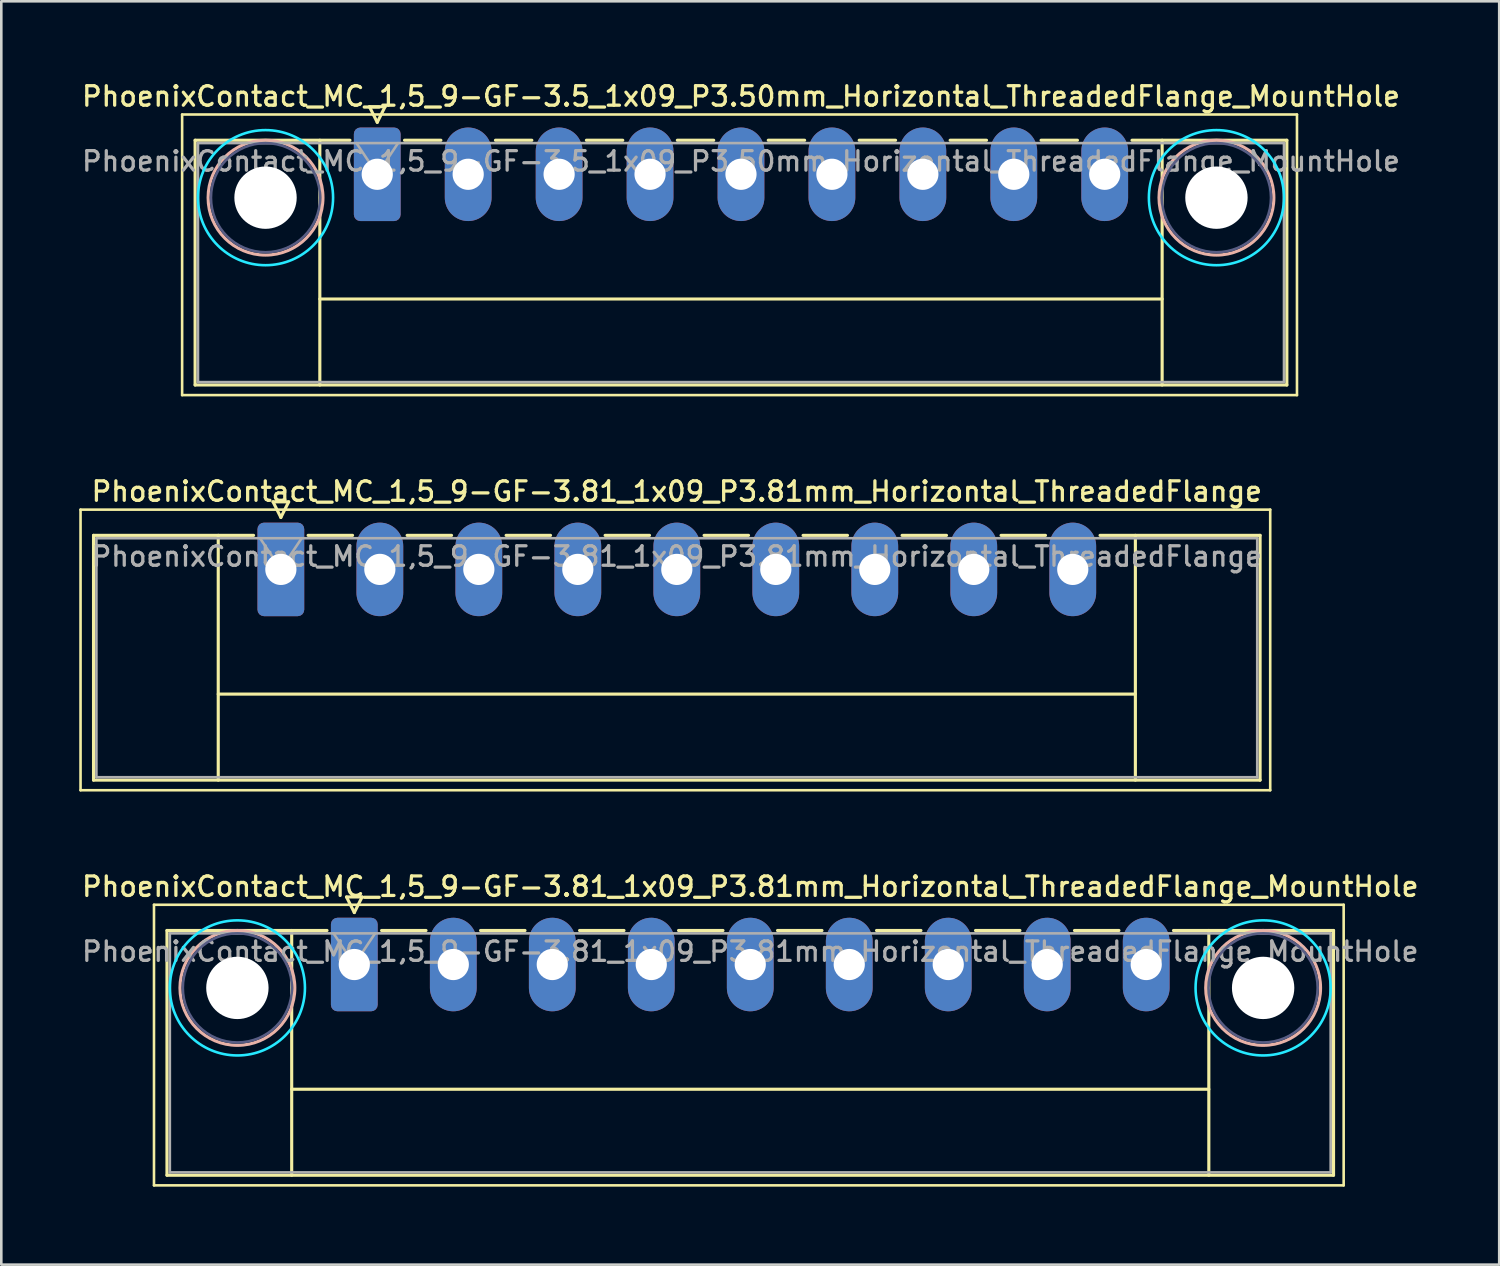
<source format=kicad_pcb>
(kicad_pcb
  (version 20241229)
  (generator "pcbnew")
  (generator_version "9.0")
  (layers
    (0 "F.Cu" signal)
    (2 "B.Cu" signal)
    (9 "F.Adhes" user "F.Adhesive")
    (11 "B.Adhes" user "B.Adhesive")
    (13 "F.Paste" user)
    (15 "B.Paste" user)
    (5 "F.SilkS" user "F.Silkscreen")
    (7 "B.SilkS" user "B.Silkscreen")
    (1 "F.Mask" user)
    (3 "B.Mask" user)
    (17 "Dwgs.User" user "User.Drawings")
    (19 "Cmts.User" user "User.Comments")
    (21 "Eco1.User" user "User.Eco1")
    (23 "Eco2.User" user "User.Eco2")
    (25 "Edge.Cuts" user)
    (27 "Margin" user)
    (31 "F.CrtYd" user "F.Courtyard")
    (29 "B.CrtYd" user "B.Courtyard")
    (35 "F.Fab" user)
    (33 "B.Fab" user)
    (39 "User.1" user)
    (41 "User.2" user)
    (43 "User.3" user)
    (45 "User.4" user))
  (footprint "PhoenixContact_MC_1,5_9-GF-3.5_1x09_P3.50mm_Horizontal_ThreadedFlange_MountHole"
    (layer "F.Cu")
    (at 11.47 3.658)
    (property "Reference" "PhoenixContact_MC_1,5_9-GF-3.5_1x09_P3.50mm_Horizontal_ThreadedFlange_MountHole" (at 14 -3 0) (layer "F.SilkS") (effects (font (size 0.75 0.75) (thickness 0.125))))
    (attr through_hole)
    (fp_line (start -7.51 -2.3) (end -7.51 8.5) (stroke (width 0.1) (type solid)) (layer "F.SilkS"))
    (fp_line (start -7.51 8.5) (end 35.4 8.5) (stroke (width 0.1) (type solid)) (layer "F.SilkS"))
    (fp_line (start -7.01 -1.31) (end -7.01 8.11) (stroke (width 0.12) (type solid)) (layer "F.SilkS"))
    (fp_line (start -7.01 -1.31) (end -1.05 -1.31) (stroke (width 0.12) (type solid)) (layer "F.SilkS"))
    (fp_line (start -7.01 8.11) (end 35.01 8.11) (stroke (width 0.12) (type solid)) (layer "F.SilkS"))
    (fp_line (start -2.21 -1.31) (end -2.21 8.11) (stroke (width 0.12) (type solid)) (layer "F.SilkS"))
    (fp_line (start -2.21 4.8) (end 30.21 4.8) (stroke (width 0.12) (type solid)) (layer "F.SilkS"))
    (fp_line (start -0.3 -2.6) (end 0.3 -2.6) (stroke (width 0.12) (type solid)) (layer "F.SilkS"))
    (fp_line (start 0 -2) (end -0.3 -2.6) (stroke (width 0.12) (type solid)) (layer "F.SilkS"))
    (fp_line (start 0.3 -2.6) (end 0 -2) (stroke (width 0.12) (type solid)) (layer "F.SilkS"))
    (fp_line (start 1.05 -1.31) (end 2.45 -1.31) (stroke (width 0.12) (type solid)) (layer "F.SilkS"))
    (fp_line (start 4.55 -1.31) (end 5.95 -1.31) (stroke (width 0.12) (type solid)) (layer "F.SilkS"))
    (fp_line (start 8.05 -1.31) (end 9.45 -1.31) (stroke (width 0.12) (type solid)) (layer "F.SilkS"))
    (fp_line (start 11.55 -1.31) (end 12.95 -1.31) (stroke (width 0.12) (type solid)) (layer "F.SilkS"))
    (fp_line (start 15.05 -1.31) (end 16.45 -1.31) (stroke (width 0.12) (type solid)) (layer "F.SilkS"))
    (fp_line (start 18.55 -1.31) (end 19.95 -1.31) (stroke (width 0.12) (type solid)) (layer "F.SilkS"))
    (fp_line (start 22.05 -1.31) (end 23.45 -1.31) (stroke (width 0.12) (type solid)) (layer "F.SilkS"))
    (fp_line (start 25.55 -1.31) (end 26.95 -1.31) (stroke (width 0.12) (type solid)) (layer "F.SilkS"))
    (fp_line (start 30.21 -1.31) (end 30.21 8.11) (stroke (width 0.12) (type solid)) (layer "F.SilkS"))
    (fp_line (start 35.01 -1.31) (end 29.05 -1.31) (stroke (width 0.12) (type solid)) (layer "F.SilkS"))
    (fp_line (start 35.01 8.11) (end 35.01 -1.31) (stroke (width 0.12) (type solid)) (layer "F.SilkS"))
    (fp_line (start 35.4 -2.3) (end -7.51 -2.3) (stroke (width 0.1) (type solid)) (layer "F.SilkS"))
    (fp_line (start 35.4 8.5) (end 35.4 -2.3) (stroke (width 0.1) (type solid)) (layer "F.SilkS"))
    (fp_circle (center -4.3 0.9) (end -2.09 0.9) (stroke (width 0.12) (type solid)) (fill no) (layer "B.SilkS"))
    (fp_circle (center 32.3 0.9) (end 34.51 0.9) (stroke (width 0.12) (type solid)) (fill no) (layer "B.SilkS"))
    (fp_circle (center -4.3 0.9) (end -1.7 0.9) (stroke (width 0.1) (type solid)) (fill no) (layer "B.CrtYd"))
    (fp_circle (center 32.3 0.9) (end 34.9 0.9) (stroke (width 0.1) (type solid)) (fill no) (layer "B.CrtYd"))
    (fp_circle (center -4.3 0.9) (end -2.2 0.9) (stroke (width 0.1) (type solid)) (fill no) (layer "B.Fab"))
    (fp_circle (center 32.3 0.9) (end 34.4 0.9) (stroke (width 0.1) (type solid)) (fill no) (layer "B.Fab"))
    (fp_line (start -6.9 -1.2) (end -6.9 8) (stroke (width 0.1) (type solid)) (layer "F.Fab"))
    (fp_line (start -6.9 8) (end 34.9 8) (stroke (width 0.1) (type solid)) (layer "F.Fab"))
    (fp_line (start 0 0) (end -0.8 -1.2) (stroke (width 0.1) (type solid)) (layer "F.Fab"))
    (fp_line (start 0.8 -1.2) (end 0 0) (stroke (width 0.1) (type solid)) (layer "F.Fab"))
    (fp_line (start 34.9 -1.2) (end -6.9 -1.2) (stroke (width 0.1) (type solid)) (layer "F.Fab"))
    (fp_line (start 34.9 8) (end 34.9 -1.2) (stroke (width 0.1) (type solid)) (layer "F.Fab"))
    (fp_text user "${REFERENCE}" (at 14 -0.5 0) (layer "F.Fab") (effects (font (size 0.75 0.75) (thickness 0.125))))
    (pad "" np_thru_hole circle (at -4.3 0.9) (size 2.4 2.4) (drill 2.4) (layers "*.Cu" "*.Mask"))
    (pad "" np_thru_hole circle (at 32.3 0.9) (size 2.4 2.4) (drill 2.4) (layers "*.Cu" "*.Mask"))
    (pad "1" thru_hole roundrect (at 0 0) (size 1.8 3.6) (drill 1.2) (layers "*.Cu" "*.Mask") (roundrect_rratio 0.139))
    (pad "2" thru_hole oval (at 3.5 0) (size 1.8 3.6) (drill 1.2) (layers "*.Cu" "*.Mask"))
    (pad "3" thru_hole oval (at 7 0) (size 1.8 3.6) (drill 1.2) (layers "*.Cu" "*.Mask"))
    (pad "4" thru_hole oval (at 10.5 0) (size 1.8 3.6) (drill 1.2) (layers "*.Cu" "*.Mask"))
    (pad "5" thru_hole oval (at 14 0) (size 1.8 3.6) (drill 1.2) (layers "*.Cu" "*.Mask"))
    (pad "6" thru_hole oval (at 17.5 0) (size 1.8 3.6) (drill 1.2) (layers "*.Cu" "*.Mask"))
    (pad "7" thru_hole oval (at 21 0) (size 1.8 3.6) (drill 1.2) (layers "*.Cu" "*.Mask"))
    (pad "8" thru_hole oval (at 24.5 0) (size 1.8 3.6) (drill 1.2) (layers "*.Cu" "*.Mask"))
    (pad "9" thru_hole oval (at 28 0) (size 1.8 3.6) (drill 1.2) (layers "*.Cu" "*.Mask")))
  (footprint "PhoenixContact_MC_1,5_9-GF-3.81_1x09_P3.81mm_Horizontal_ThreadedFlange"
    (layer "F.Cu")
    (at 7.76 18.866)
    (property "Reference" "PhoenixContact_MC_1,5_9-GF-3.81_1x09_P3.81mm_Horizontal_ThreadedFlange" (at 15.24 -3 0) (layer "F.SilkS") (effects (font (size 0.75 0.75) (thickness 0.125))))
    (attr through_hole)
    (fp_line (start -7.71 -2.3) (end -7.71 8.5) (stroke (width 0.1) (type solid)) (layer "F.SilkS"))
    (fp_line (start -7.71 8.5) (end 38.08 8.5) (stroke (width 0.1) (type solid)) (layer "F.SilkS"))
    (fp_line (start -7.21 -1.31) (end -7.21 8.11) (stroke (width 0.12) (type solid)) (layer "F.SilkS"))
    (fp_line (start -7.21 -1.31) (end -1.05 -1.31) (stroke (width 0.12) (type solid)) (layer "F.SilkS"))
    (fp_line (start -7.21 8.11) (end 37.69 8.11) (stroke (width 0.12) (type solid)) (layer "F.SilkS"))
    (fp_line (start -2.41 -1.31) (end -2.41 8.11) (stroke (width 0.12) (type solid)) (layer "F.SilkS"))
    (fp_line (start -2.41 4.8) (end 32.89 4.8) (stroke (width 0.12) (type solid)) (layer "F.SilkS"))
    (fp_line (start -0.3 -2.6) (end 0.3 -2.6) (stroke (width 0.12) (type solid)) (layer "F.SilkS"))
    (fp_line (start 0 -2) (end -0.3 -2.6) (stroke (width 0.12) (type solid)) (layer "F.SilkS"))
    (fp_line (start 0.3 -2.6) (end 0 -2) (stroke (width 0.12) (type solid)) (layer "F.SilkS"))
    (fp_line (start 1.05 -1.31) (end 2.76 -1.31) (stroke (width 0.12) (type solid)) (layer "F.SilkS"))
    (fp_line (start 4.86 -1.31) (end 6.57 -1.31) (stroke (width 0.12) (type solid)) (layer "F.SilkS"))
    (fp_line (start 8.67 -1.31) (end 10.38 -1.31) (stroke (width 0.12) (type solid)) (layer "F.SilkS"))
    (fp_line (start 12.48 -1.31) (end 14.19 -1.31) (stroke (width 0.12) (type solid)) (layer "F.SilkS"))
    (fp_line (start 16.29 -1.31) (end 18 -1.31) (stroke (width 0.12) (type solid)) (layer "F.SilkS"))
    (fp_line (start 20.1 -1.31) (end 21.81 -1.31) (stroke (width 0.12) (type solid)) (layer "F.SilkS"))
    (fp_line (start 23.91 -1.31) (end 25.62 -1.31) (stroke (width 0.12) (type solid)) (layer "F.SilkS"))
    (fp_line (start 27.72 -1.31) (end 29.43 -1.31) (stroke (width 0.12) (type solid)) (layer "F.SilkS"))
    (fp_line (start 32.89 -1.31) (end 32.89 8.11) (stroke (width 0.12) (type solid)) (layer "F.SilkS"))
    (fp_line (start 37.69 -1.31) (end 31.53 -1.31) (stroke (width 0.12) (type solid)) (layer "F.SilkS"))
    (fp_line (start 37.69 8.11) (end 37.69 -1.31) (stroke (width 0.12) (type solid)) (layer "F.SilkS"))
    (fp_line (start 38.08 -2.3) (end -7.71 -2.3) (stroke (width 0.1) (type solid)) (layer "F.SilkS"))
    (fp_line (start 38.08 8.5) (end 38.08 -2.3) (stroke (width 0.1) (type solid)) (layer "F.SilkS"))
    (fp_line (start -7.1 -1.2) (end -7.1 8) (stroke (width 0.1) (type solid)) (layer "F.Fab"))
    (fp_line (start -7.1 8) (end 37.58 8) (stroke (width 0.1) (type solid)) (layer "F.Fab"))
    (fp_line (start 0 0) (end -0.8 -1.2) (stroke (width 0.1) (type solid)) (layer "F.Fab"))
    (fp_line (start 0.8 -1.2) (end 0 0) (stroke (width 0.1) (type solid)) (layer "F.Fab"))
    (fp_line (start 37.58 -1.2) (end -7.1 -1.2) (stroke (width 0.1) (type solid)) (layer "F.Fab"))
    (fp_line (start 37.58 8) (end 37.58 -1.2) (stroke (width 0.1) (type solid)) (layer "F.Fab"))
    (fp_text user "${REFERENCE}" (at 15.24 -0.5 0) (layer "F.Fab") (effects (font (size 0.75 0.75) (thickness 0.125))))
    (pad "1" thru_hole roundrect (at 0 0) (size 1.8 3.6) (drill 1.2) (layers "*.Cu" "*.Mask") (roundrect_rratio 0.139))
    (pad "2" thru_hole oval (at 3.81 0) (size 1.8 3.6) (drill 1.2) (layers "*.Cu" "*.Mask"))
    (pad "3" thru_hole oval (at 7.62 0) (size 1.8 3.6) (drill 1.2) (layers "*.Cu" "*.Mask"))
    (pad "4" thru_hole oval (at 11.43 0) (size 1.8 3.6) (drill 1.2) (layers "*.Cu" "*.Mask"))
    (pad "5" thru_hole oval (at 15.24 0) (size 1.8 3.6) (drill 1.2) (layers "*.Cu" "*.Mask"))
    (pad "6" thru_hole oval (at 19.05 0) (size 1.8 3.6) (drill 1.2) (layers "*.Cu" "*.Mask"))
    (pad "7" thru_hole oval (at 22.86 0) (size 1.8 3.6) (drill 1.2) (layers "*.Cu" "*.Mask"))
    (pad "8" thru_hole oval (at 26.67 0) (size 1.8 3.6) (drill 1.2) (layers "*.Cu" "*.Mask"))
    (pad "9" thru_hole oval (at 30.48 0) (size 1.8 3.6) (drill 1.2) (layers "*.Cu" "*.Mask")))
  (footprint "PhoenixContact_MC_1,5_9-GF-3.81_1x09_P3.81mm_Horizontal_ThreadedFlange_MountHole"
    (layer "F.Cu")
    (at 10.587 34.074)
    (property "Reference" "PhoenixContact_MC_1,5_9-GF-3.81_1x09_P3.81mm_Horizontal_ThreadedFlange_MountHole" (at 15.24 -3 0) (layer "F.SilkS") (effects (font (size 0.75 0.75) (thickness 0.125))))
    (attr through_hole)
    (fp_line (start -7.71 -2.3) (end -7.71 8.5) (stroke (width 0.1) (type solid)) (layer "F.SilkS"))
    (fp_line (start -7.71 8.5) (end 38.08 8.5) (stroke (width 0.1) (type solid)) (layer "F.SilkS"))
    (fp_line (start -7.21 -1.31) (end -7.21 8.11) (stroke (width 0.12) (type solid)) (layer "F.SilkS"))
    (fp_line (start -7.21 -1.31) (end -1.05 -1.31) (stroke (width 0.12) (type solid)) (layer "F.SilkS"))
    (fp_line (start -7.21 8.11) (end 37.69 8.11) (stroke (width 0.12) (type solid)) (layer "F.SilkS"))
    (fp_line (start -2.41 -1.31) (end -2.41 8.11) (stroke (width 0.12) (type solid)) (layer "F.SilkS"))
    (fp_line (start -2.41 4.8) (end 32.89 4.8) (stroke (width 0.12) (type solid)) (layer "F.SilkS"))
    (fp_line (start -0.3 -2.6) (end 0.3 -2.6) (stroke (width 0.12) (type solid)) (layer "F.SilkS"))
    (fp_line (start 0 -2) (end -0.3 -2.6) (stroke (width 0.12) (type solid)) (layer "F.SilkS"))
    (fp_line (start 0.3 -2.6) (end 0 -2) (stroke (width 0.12) (type solid)) (layer "F.SilkS"))
    (fp_line (start 1.05 -1.31) (end 2.76 -1.31) (stroke (width 0.12) (type solid)) (layer "F.SilkS"))
    (fp_line (start 4.86 -1.31) (end 6.57 -1.31) (stroke (width 0.12) (type solid)) (layer "F.SilkS"))
    (fp_line (start 8.67 -1.31) (end 10.38 -1.31) (stroke (width 0.12) (type solid)) (layer "F.SilkS"))
    (fp_line (start 12.48 -1.31) (end 14.19 -1.31) (stroke (width 0.12) (type solid)) (layer "F.SilkS"))
    (fp_line (start 16.29 -1.31) (end 18 -1.31) (stroke (width 0.12) (type solid)) (layer "F.SilkS"))
    (fp_line (start 20.1 -1.31) (end 21.81 -1.31) (stroke (width 0.12) (type solid)) (layer "F.SilkS"))
    (fp_line (start 23.91 -1.31) (end 25.62 -1.31) (stroke (width 0.12) (type solid)) (layer "F.SilkS"))
    (fp_line (start 27.72 -1.31) (end 29.43 -1.31) (stroke (width 0.12) (type solid)) (layer "F.SilkS"))
    (fp_line (start 32.89 -1.31) (end 32.89 8.11) (stroke (width 0.12) (type solid)) (layer "F.SilkS"))
    (fp_line (start 37.69 -1.31) (end 31.53 -1.31) (stroke (width 0.12) (type solid)) (layer "F.SilkS"))
    (fp_line (start 37.69 8.11) (end 37.69 -1.31) (stroke (width 0.12) (type solid)) (layer "F.SilkS"))
    (fp_line (start 38.08 -2.3) (end -7.71 -2.3) (stroke (width 0.1) (type solid)) (layer "F.SilkS"))
    (fp_line (start 38.08 8.5) (end 38.08 -2.3) (stroke (width 0.1) (type solid)) (layer "F.SilkS"))
    (fp_circle (center -4.5 0.9) (end -2.29 0.9) (stroke (width 0.12) (type solid)) (fill no) (layer "B.SilkS"))
    (fp_circle (center 34.98 0.9) (end 37.19 0.9) (stroke (width 0.12) (type solid)) (fill no) (layer "B.SilkS"))
    (fp_circle (center -4.5 0.9) (end -1.9 0.9) (stroke (width 0.1) (type solid)) (fill no) (layer "B.CrtYd"))
    (fp_circle (center 34.98 0.9) (end 37.58 0.9) (stroke (width 0.1) (type solid)) (fill no) (layer "B.CrtYd"))
    (fp_circle (center -4.5 0.9) (end -2.4 0.9) (stroke (width 0.1) (type solid)) (fill no) (layer "B.Fab"))
    (fp_circle (center 34.98 0.9) (end 37.08 0.9) (stroke (width 0.1) (type solid)) (fill no) (layer "B.Fab"))
    (fp_line (start -7.1 -1.2) (end -7.1 8) (stroke (width 0.1) (type solid)) (layer "F.Fab"))
    (fp_line (start -7.1 8) (end 37.58 8) (stroke (width 0.1) (type solid)) (layer "F.Fab"))
    (fp_line (start 0 0) (end -0.8 -1.2) (stroke (width 0.1) (type solid)) (layer "F.Fab"))
    (fp_line (start 0.8 -1.2) (end 0 0) (stroke (width 0.1) (type solid)) (layer "F.Fab"))
    (fp_line (start 37.58 -1.2) (end -7.1 -1.2) (stroke (width 0.1) (type solid)) (layer "F.Fab"))
    (fp_line (start 37.58 8) (end 37.58 -1.2) (stroke (width 0.1) (type solid)) (layer "F.Fab"))
    (fp_text user "${REFERENCE}" (at 15.24 -0.5 0) (layer "F.Fab") (effects (font (size 0.75 0.75) (thickness 0.125))))
    (pad "" np_thru_hole circle (at -4.5 0.9) (size 2.4 2.4) (drill 2.4) (layers "*.Cu" "*.Mask"))
    (pad "" np_thru_hole circle (at 34.98 0.9) (size 2.4 2.4) (drill 2.4) (layers "*.Cu" "*.Mask"))
    (pad "1" thru_hole roundrect (at 0 0) (size 1.8 3.6) (drill 1.2) (layers "*.Cu" "*.Mask") (roundrect_rratio 0.139))
    (pad "2" thru_hole oval (at 3.81 0) (size 1.8 3.6) (drill 1.2) (layers "*.Cu" "*.Mask"))
    (pad "3" thru_hole oval (at 7.62 0) (size 1.8 3.6) (drill 1.2) (layers "*.Cu" "*.Mask"))
    (pad "4" thru_hole oval (at 11.43 0) (size 1.8 3.6) (drill 1.2) (layers "*.Cu" "*.Mask"))
    (pad "5" thru_hole oval (at 15.24 0) (size 1.8 3.6) (drill 1.2) (layers "*.Cu" "*.Mask"))
    (pad "6" thru_hole oval (at 19.05 0) (size 1.8 3.6) (drill 1.2) (layers "*.Cu" "*.Mask"))
    (pad "7" thru_hole oval (at 22.86 0) (size 1.8 3.6) (drill 1.2) (layers "*.Cu" "*.Mask"))
    (pad "8" thru_hole oval (at 26.67 0) (size 1.8 3.6) (drill 1.2) (layers "*.Cu" "*.Mask"))
    (pad "9" thru_hole oval (at 30.48 0) (size 1.8 3.6) (drill 1.2) (layers "*.Cu" "*.Mask")))
  (gr_rect
    (start -3 -3)
    (end 54.654 45.624)
    (stroke (width 0.1) (type default))
    (fill no)
    (layer "Edge.Cuts")))
</source>
